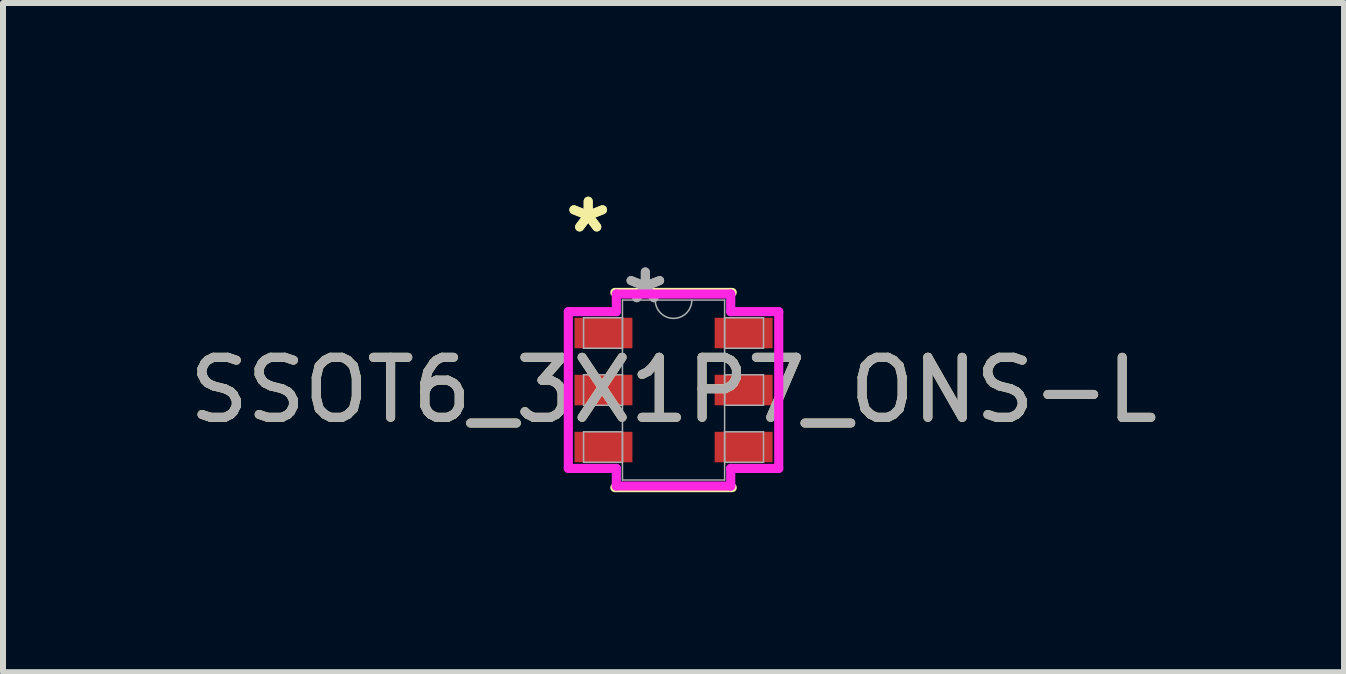
<source format=kicad_pcb>
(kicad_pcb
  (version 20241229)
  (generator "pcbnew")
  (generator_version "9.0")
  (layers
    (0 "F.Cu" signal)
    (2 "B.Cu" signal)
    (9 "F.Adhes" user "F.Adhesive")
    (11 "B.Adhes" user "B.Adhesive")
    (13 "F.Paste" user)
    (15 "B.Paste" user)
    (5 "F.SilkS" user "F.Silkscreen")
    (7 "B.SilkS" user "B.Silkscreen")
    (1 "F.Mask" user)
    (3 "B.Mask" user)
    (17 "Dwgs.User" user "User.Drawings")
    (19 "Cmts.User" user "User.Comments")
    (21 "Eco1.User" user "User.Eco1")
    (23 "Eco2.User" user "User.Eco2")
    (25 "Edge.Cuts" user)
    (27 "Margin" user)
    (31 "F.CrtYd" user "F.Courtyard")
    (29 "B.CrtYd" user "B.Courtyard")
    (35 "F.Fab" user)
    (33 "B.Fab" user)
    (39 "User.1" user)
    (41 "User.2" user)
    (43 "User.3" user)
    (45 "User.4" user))
  (footprint "SSOT6_3X1P7_ONS-L"
    (layer "F.Cu")
    (at 8.173 3.449)
    (property "Reference" "SSOT6_3X1P7_ONS-L" (at 0 0 0) (unlocked yes) (layer "F.SilkS") (effects (font (size 1 1) (thickness 0.15))))
    (attr smd)
    (fp_line (start -0.978 1.626) (end 0.978 1.626) (stroke (width 0.152) (type solid)) (layer "F.SilkS"))
    (fp_line (start 0.978 -1.626) (end -0.978 -1.626) (stroke (width 0.152) (type solid)) (layer "F.SilkS"))
    (fp_line (start -1.753 -1.306) (end -0.953 -1.306) (stroke (width 0.152) (type solid)) (layer "F.CrtYd"))
    (fp_line (start -1.753 1.306) (end -1.753 -1.306) (stroke (width 0.152) (type solid)) (layer "F.CrtYd"))
    (fp_line (start -1.753 1.306) (end -0.953 1.306) (stroke (width 0.152) (type solid)) (layer "F.CrtYd"))
    (fp_line (start -0.953 -1.6) (end 0.953 -1.6) (stroke (width 0.152) (type solid)) (layer "F.CrtYd"))
    (fp_line (start -0.953 -1.306) (end -0.953 -1.6) (stroke (width 0.152) (type solid)) (layer "F.CrtYd"))
    (fp_line (start -0.953 1.6) (end -0.953 1.306) (stroke (width 0.152) (type solid)) (layer "F.CrtYd"))
    (fp_line (start 0.953 -1.6) (end 0.953 -1.306) (stroke (width 0.152) (type solid)) (layer "F.CrtYd"))
    (fp_line (start 0.953 1.306) (end 0.953 1.6) (stroke (width 0.152) (type solid)) (layer "F.CrtYd"))
    (fp_line (start 0.953 1.6) (end -0.953 1.6) (stroke (width 0.152) (type solid)) (layer "F.CrtYd"))
    (fp_line (start 1.753 -1.306) (end 0.953 -1.306) (stroke (width 0.152) (type solid)) (layer "F.CrtYd"))
    (fp_line (start 1.753 -1.306) (end 1.753 1.306) (stroke (width 0.152) (type solid)) (layer "F.CrtYd"))
    (fp_line (start 1.753 1.306) (end 0.953 1.306) (stroke (width 0.152) (type solid)) (layer "F.CrtYd"))
    (fp_line (start -1.499 -1.204) (end -1.499 -0.696) (stroke (width 0.025) (type solid)) (layer "F.Fab"))
    (fp_line (start -1.499 -0.696) (end -0.851 -0.696) (stroke (width 0.025) (type solid)) (layer "F.Fab"))
    (fp_line (start -1.499 -0.254) (end -1.499 0.254) (stroke (width 0.025) (type solid)) (layer "F.Fab"))
    (fp_line (start -1.499 0.254) (end -0.851 0.254) (stroke (width 0.025) (type solid)) (layer "F.Fab"))
    (fp_line (start -1.499 0.696) (end -1.499 1.204) (stroke (width 0.025) (type solid)) (layer "F.Fab"))
    (fp_line (start -1.499 1.204) (end -0.851 1.204) (stroke (width 0.025) (type solid)) (layer "F.Fab"))
    (fp_line (start -0.851 -1.499) (end -0.851 1.499) (stroke (width 0.025) (type solid)) (layer "F.Fab"))
    (fp_line (start -0.851 -1.204) (end -1.499 -1.204) (stroke (width 0.025) (type solid)) (layer "F.Fab"))
    (fp_line (start -0.851 -0.696) (end -0.851 -1.204) (stroke (width 0.025) (type solid)) (layer "F.Fab"))
    (fp_line (start -0.851 -0.254) (end -1.499 -0.254) (stroke (width 0.025) (type solid)) (layer "F.Fab"))
    (fp_line (start -0.851 0.254) (end -0.851 -0.254) (stroke (width 0.025) (type solid)) (layer "F.Fab"))
    (fp_line (start -0.851 0.696) (end -1.499 0.696) (stroke (width 0.025) (type solid)) (layer "F.Fab"))
    (fp_line (start -0.851 1.204) (end -0.851 0.696) (stroke (width 0.025) (type solid)) (layer "F.Fab"))
    (fp_line (start -0.851 1.499) (end 0.851 1.499) (stroke (width 0.025) (type solid)) (layer "F.Fab"))
    (fp_line (start 0.851 -1.499) (end -0.851 -1.499) (stroke (width 0.025) (type solid)) (layer "F.Fab"))
    (fp_line (start 0.851 -1.204) (end 0.851 -0.696) (stroke (width 0.025) (type solid)) (layer "F.Fab"))
    (fp_line (start 0.851 -0.696) (end 1.499 -0.696) (stroke (width 0.025) (type solid)) (layer "F.Fab"))
    (fp_line (start 0.851 -0.254) (end 0.851 0.254) (stroke (width 0.025) (type solid)) (layer "F.Fab"))
    (fp_line (start 0.851 0.254) (end 1.499 0.254) (stroke (width 0.025) (type solid)) (layer "F.Fab"))
    (fp_line (start 0.851 0.696) (end 0.851 1.204) (stroke (width 0.025) (type solid)) (layer "F.Fab"))
    (fp_line (start 0.851 1.204) (end 1.499 1.204) (stroke (width 0.025) (type solid)) (layer "F.Fab"))
    (fp_line (start 0.851 1.499) (end 0.851 -1.499) (stroke (width 0.025) (type solid)) (layer "F.Fab"))
    (fp_line (start 1.499 -1.204) (end 0.851 -1.204) (stroke (width 0.025) (type solid)) (layer "F.Fab"))
    (fp_line (start 1.499 -0.696) (end 1.499 -1.204) (stroke (width 0.025) (type solid)) (layer "F.Fab"))
    (fp_line (start 1.499 -0.254) (end 0.851 -0.254) (stroke (width 0.025) (type solid)) (layer "F.Fab"))
    (fp_line (start 1.499 0.254) (end 1.499 -0.254) (stroke (width 0.025) (type solid)) (layer "F.Fab"))
    (fp_line (start 1.499 0.696) (end 0.851 0.696) (stroke (width 0.025) (type solid)) (layer "F.Fab"))
    (fp_line (start 1.499 1.204) (end 1.499 0.696) (stroke (width 0.025) (type solid)) (layer "F.Fab"))
    (fp_arc (start 0.3048 -1.4986) (mid 0 -1.1938) (end -0.3048 -1.4986) (stroke (width 0.0254) (type solid)) (layer "F.Fab"))
    (fp_text user "*" (at -1.422 -2.601 0) (unlocked yes) (layer "F.SilkS") (effects (font (size 1 1) (thickness 0.15))))
    (fp_text user "*" (at -1.422 -2.601 0) (layer "F.SilkS") (effects (font (size 1 1) (thickness 0.15))))
    (fp_text user "${REFERENCE}" (at 0 0 0) (unlocked yes) (layer "F.Fab") (effects (font (size 1 1) (thickness 0.15))))
    (fp_text user "*" (at -0.47 -1.422 0) (unlocked yes) (layer "F.Fab") (effects (font (size 1 1) (thickness 0.15))))
    (fp_text user "*" (at -0.47 -1.422 0) (layer "F.Fab") (effects (font (size 1 1) (thickness 0.15))))
    (pad "1" smd rect (at -1.168 -0.95) (size 0.965 0.508) (layers "F.Cu" "F.Mask" "F.Paste"))
    (pad "2" smd rect (at -1.168 0) (size 0.965 0.508) (layers "F.Cu" "F.Mask" "F.Paste"))
    (pad "3" smd rect (at -1.168 0.95) (size 0.965 0.508) (layers "F.Cu" "F.Mask" "F.Paste"))
    (pad "4" smd rect (at 1.168 0.95) (size 0.965 0.508) (layers "F.Cu" "F.Mask" "F.Paste"))
    (pad "5" smd rect (at 1.168 0) (size 0.965 0.508) (layers "F.Cu" "F.Mask" "F.Paste"))
    (pad "6" smd rect (at 1.168 -0.95) (size 0.965 0.508) (layers "F.Cu" "F.Mask" "F.Paste")))
  (gr_rect
    (start -3 -3)
    (end 19.345 8.151)
    (stroke (width 0.1) (type default))
    (fill no)
    (layer "Edge.Cuts")))
</source>
